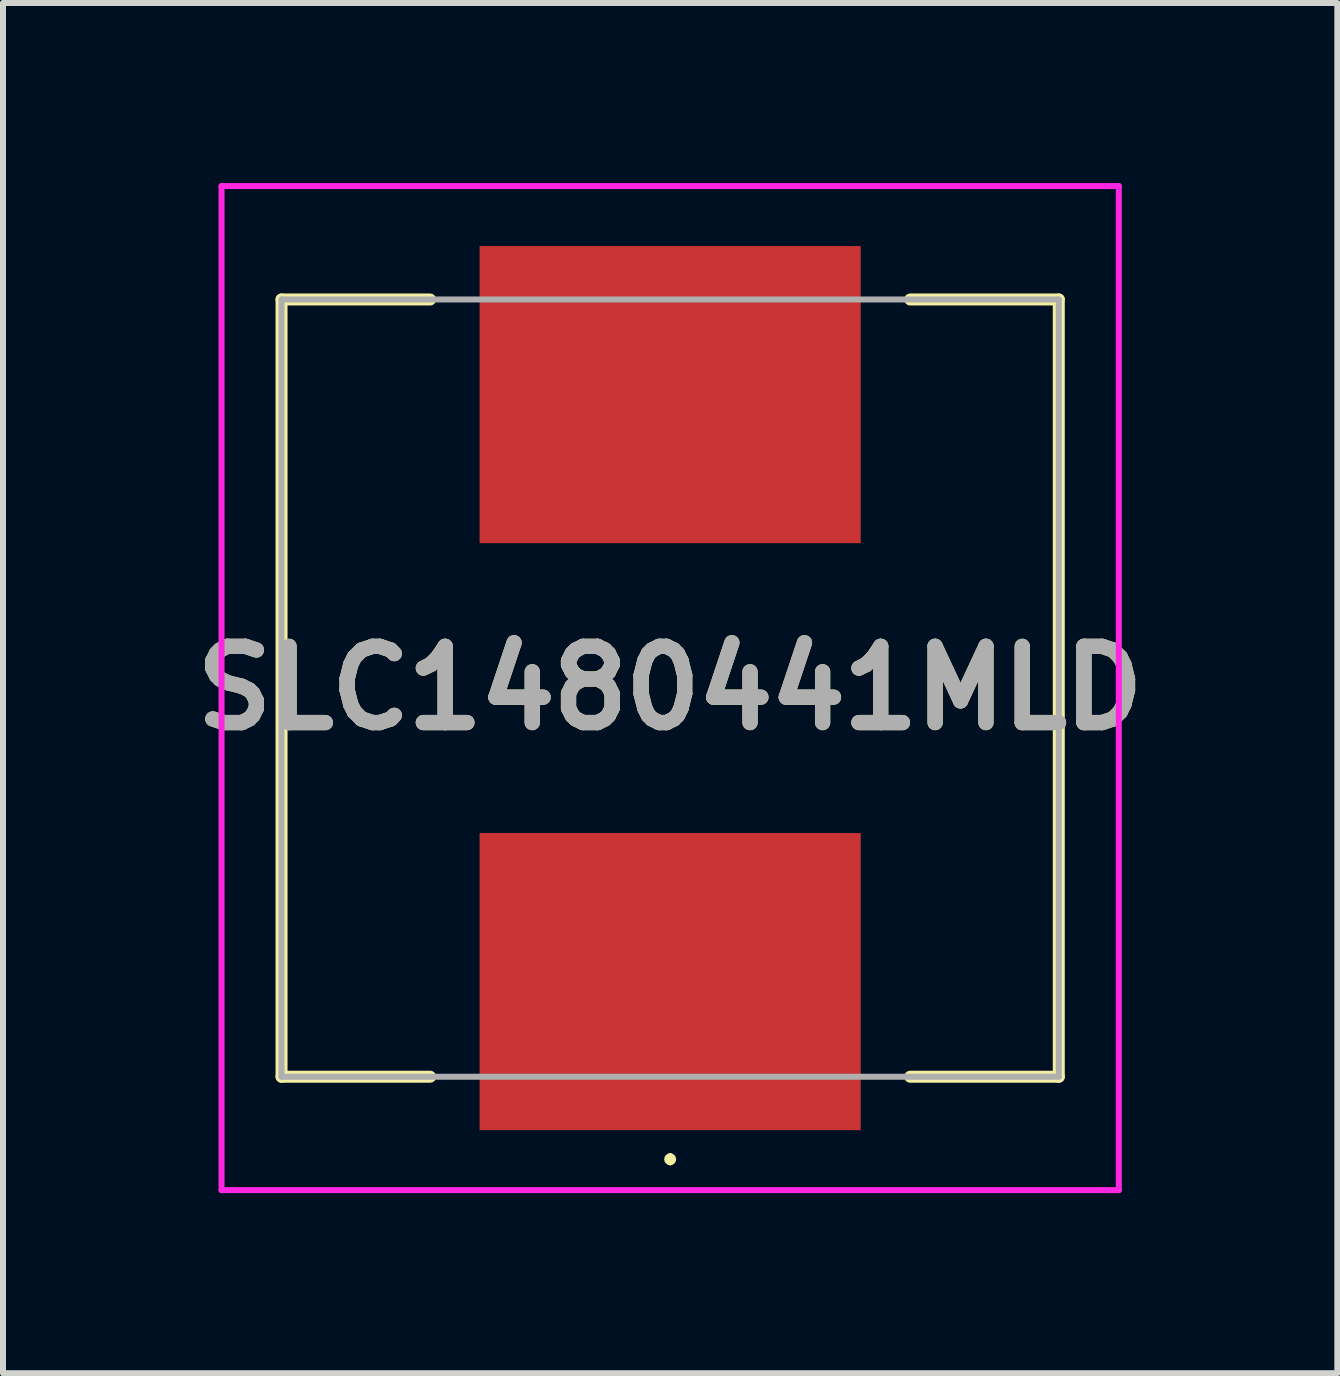
<source format=kicad_pcb>
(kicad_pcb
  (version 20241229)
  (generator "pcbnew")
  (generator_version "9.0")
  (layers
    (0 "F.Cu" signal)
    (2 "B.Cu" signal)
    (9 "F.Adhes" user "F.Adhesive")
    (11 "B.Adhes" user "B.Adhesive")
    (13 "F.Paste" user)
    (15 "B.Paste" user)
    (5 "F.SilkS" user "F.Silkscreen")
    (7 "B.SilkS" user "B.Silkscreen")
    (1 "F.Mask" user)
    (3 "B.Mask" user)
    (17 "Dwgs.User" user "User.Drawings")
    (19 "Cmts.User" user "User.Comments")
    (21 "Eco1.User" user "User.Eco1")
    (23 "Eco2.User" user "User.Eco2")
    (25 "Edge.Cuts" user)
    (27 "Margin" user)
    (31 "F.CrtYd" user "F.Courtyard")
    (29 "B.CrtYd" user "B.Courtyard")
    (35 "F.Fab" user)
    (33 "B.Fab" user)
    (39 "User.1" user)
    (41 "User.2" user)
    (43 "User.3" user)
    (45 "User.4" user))
  (footprint "SLC1480441MLD"
    (layer "F.Cu")
    (at 8.116 8.415)
    (property "Reference" "SLC1480441MLD" (at 0 0 0) (layer "F.SilkS") (effects (font (size 1.27 1.27) (thickness 0.254))))
    (attr smd)
    (fp_line (start -6.475 -6.475) (end -6.475 6.475) (stroke (width 0.2) (type solid)) (layer "F.SilkS"))
    (fp_line (start -6.475 6.475) (end -4 6.475) (stroke (width 0.2) (type solid)) (layer "F.SilkS"))
    (fp_line (start -4 -6.475) (end -6.475 -6.475) (stroke (width 0.2) (type solid)) (layer "F.SilkS"))
    (fp_line (start 0 7.8) (end 0 7.8) (stroke (width 0.1) (type solid)) (layer "F.SilkS"))
    (fp_line (start 0 7.9) (end 0 7.9) (stroke (width 0.1) (type solid)) (layer "F.SilkS"))
    (fp_line (start 4 -6.475) (end 6.475 -6.475) (stroke (width 0.2) (type solid)) (layer "F.SilkS"))
    (fp_line (start 6.475 -6.475) (end 6.475 6.475) (stroke (width 0.2) (type solid)) (layer "F.SilkS"))
    (fp_line (start 6.475 6.475) (end 4 6.475) (stroke (width 0.2) (type solid)) (layer "F.SilkS"))
    (fp_arc (start 0 7.8) (mid 0.05 7.85) (end 0 7.9) (stroke (width 0.1) (type solid)) (layer "F.SilkS"))
    (fp_arc (start 0 7.9) (mid -0.05 7.85) (end 0 7.8) (stroke (width 0.1) (type solid)) (layer "F.SilkS"))
    (fp_line (start -7.475 -8.365) (end 7.475 -8.365) (stroke (width 0.1) (type solid)) (layer "F.CrtYd"))
    (fp_line (start -7.475 8.365) (end -7.475 -8.365) (stroke (width 0.1) (type solid)) (layer "F.CrtYd"))
    (fp_line (start 7.475 -8.365) (end 7.475 8.365) (stroke (width 0.1) (type solid)) (layer "F.CrtYd"))
    (fp_line (start 7.475 8.365) (end -7.475 8.365) (stroke (width 0.1) (type solid)) (layer "F.CrtYd"))
    (fp_line (start -6.475 -6.475) (end 6.475 -6.475) (stroke (width 0.1) (type solid)) (layer "F.Fab"))
    (fp_line (start -6.475 6.475) (end -6.475 -6.475) (stroke (width 0.1) (type solid)) (layer "F.Fab"))
    (fp_line (start 6.475 -6.475) (end 6.475 6.475) (stroke (width 0.1) (type solid)) (layer "F.Fab"))
    (fp_line (start 6.475 6.475) (end -6.475 6.475) (stroke (width 0.1) (type solid)) (layer "F.Fab"))
    (fp_text user "${REFERENCE}" (at 0 0 0) (layer "F.Fab") (effects (font (size 1.27 1.27) (thickness 0.254))))
    (pad "1" smd rect (at 0 4.89 90) (size 4.95 6.35) (layers "F.Cu" "F.Mask" "F.Paste"))
    (pad "2" smd rect (at 0 -4.89 90) (size 4.95 6.35) (layers "F.Cu" "F.Mask" "F.Paste")))
  (gr_rect
    (start -3 -3)
    (end 19.232 19.83)
    (stroke (width 0.1) (type default))
    (fill no)
    (layer "Edge.Cuts")))
</source>
